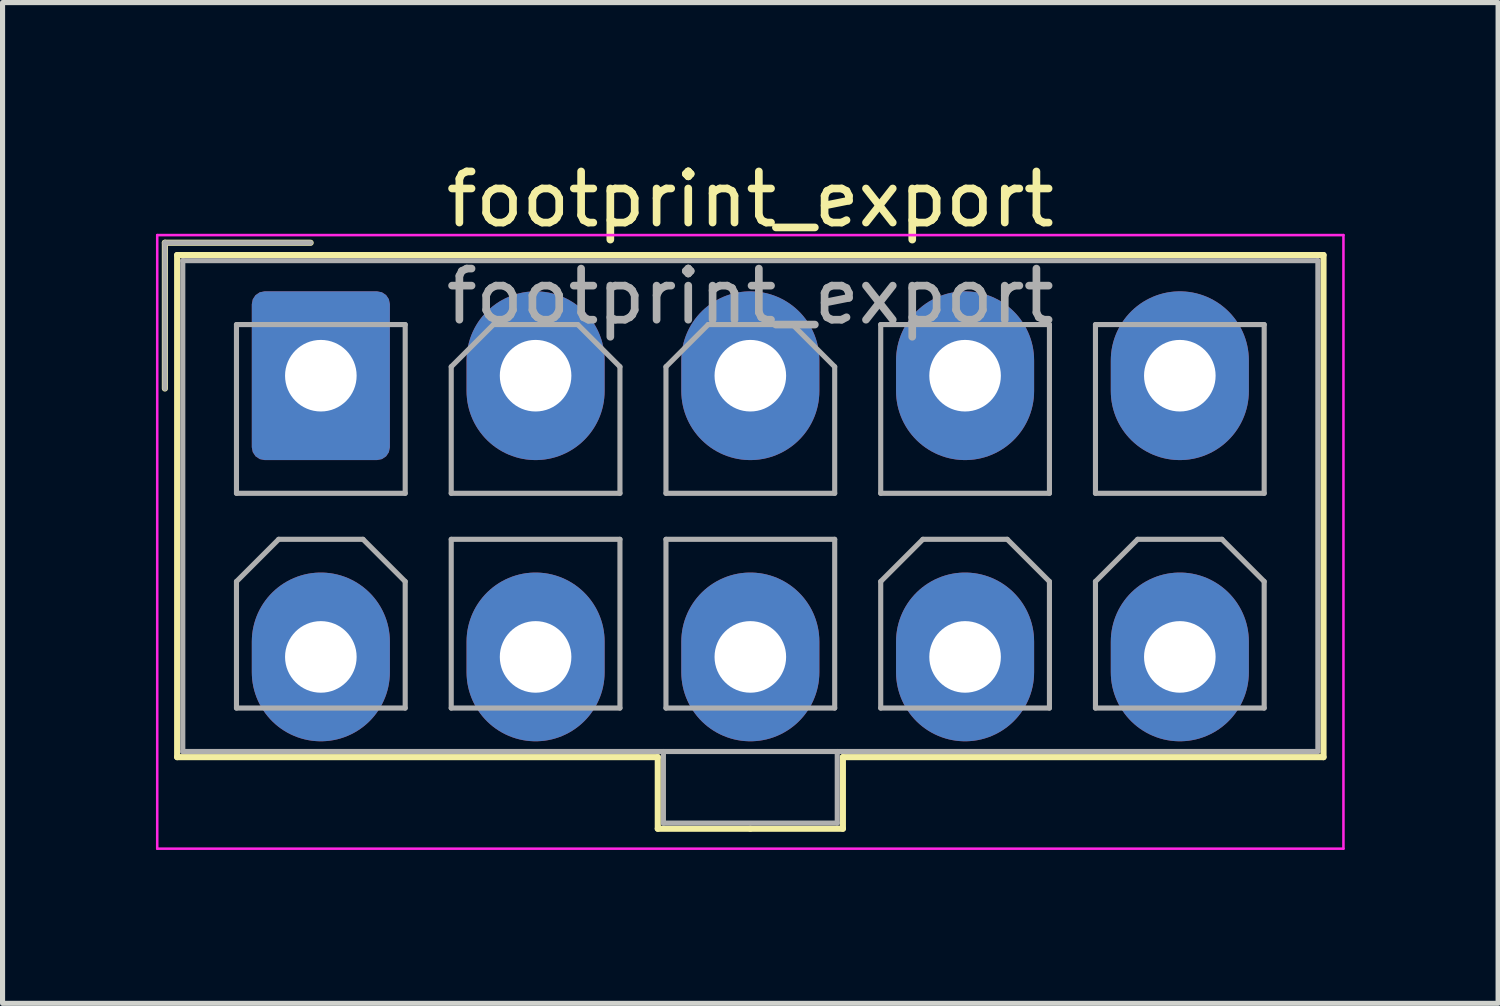
<source format=kicad_pcb>
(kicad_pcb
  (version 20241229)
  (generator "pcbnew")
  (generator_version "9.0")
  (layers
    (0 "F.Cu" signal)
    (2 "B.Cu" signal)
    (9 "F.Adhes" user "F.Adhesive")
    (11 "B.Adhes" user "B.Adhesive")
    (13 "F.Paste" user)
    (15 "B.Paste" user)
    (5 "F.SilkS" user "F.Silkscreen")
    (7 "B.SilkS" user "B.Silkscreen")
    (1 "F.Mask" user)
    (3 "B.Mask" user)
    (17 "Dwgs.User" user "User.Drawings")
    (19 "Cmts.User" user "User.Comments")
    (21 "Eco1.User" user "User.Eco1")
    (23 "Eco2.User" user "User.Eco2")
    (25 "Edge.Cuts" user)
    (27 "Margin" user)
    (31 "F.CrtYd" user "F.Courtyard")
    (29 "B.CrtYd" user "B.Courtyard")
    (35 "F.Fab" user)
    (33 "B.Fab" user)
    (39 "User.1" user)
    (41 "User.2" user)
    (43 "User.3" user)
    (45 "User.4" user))
  (footprint "footprint_export"
    (layer "F.Cu")
    (at 3.225 4.298)
    (property "Reference" "footprint_export" (at 8.4 -3.45 0) (layer "F.SilkS") (effects (font (size 1 1) (thickness 0.15))))
    (attr through_hole)
    (fp_line (start -3.05 -2.6) (end -3.05 0.25) (stroke (width 0.12) (type solid)) (layer "F.SilkS"))
    (fp_line (start -2.81 -2.36) (end -2.81 7.46) (stroke (width 0.12) (type solid)) (layer "F.SilkS"))
    (fp_line (start -2.81 7.46) (end 6.59 7.46) (stroke (width 0.12) (type solid)) (layer "F.SilkS"))
    (fp_line (start -0.2 -2.6) (end -3.05 -2.6) (stroke (width 0.12) (type solid)) (layer "F.SilkS"))
    (fp_line (start 6.59 7.46) (end 6.59 8.86) (stroke (width 0.12) (type solid)) (layer "F.SilkS"))
    (fp_line (start 6.59 8.86) (end 8.4 8.86) (stroke (width 0.12) (type solid)) (layer "F.SilkS"))
    (fp_line (start 8.4 -2.36) (end -2.81 -2.36) (stroke (width 0.12) (type solid)) (layer "F.SilkS"))
    (fp_line (start 8.4 -2.36) (end 19.61 -2.36) (stroke (width 0.12) (type solid)) (layer "F.SilkS"))
    (fp_line (start 10.21 7.46) (end 10.21 8.86) (stroke (width 0.12) (type solid)) (layer "F.SilkS"))
    (fp_line (start 10.21 8.86) (end 8.4 8.86) (stroke (width 0.12) (type solid)) (layer "F.SilkS"))
    (fp_line (start 19.61 -2.36) (end 19.61 7.46) (stroke (width 0.12) (type solid)) (layer "F.SilkS"))
    (fp_line (start 19.61 7.46) (end 10.21 7.46) (stroke (width 0.12) (type solid)) (layer "F.SilkS"))
    (fp_line (start -3.2 -2.75) (end -3.2 9.25) (stroke (width 0.05) (type solid)) (layer "F.CrtYd"))
    (fp_line (start -3.2 9.25) (end 20 9.25) (stroke (width 0.05) (type solid)) (layer "F.CrtYd"))
    (fp_line (start 20 -2.75) (end -3.2 -2.75) (stroke (width 0.05) (type solid)) (layer "F.CrtYd"))
    (fp_line (start 20 9.25) (end 20 -2.75) (stroke (width 0.05) (type solid)) (layer "F.CrtYd"))
    (fp_line (start -3.05 -2.6) (end -3.05 0.25) (stroke (width 0.1) (type solid)) (layer "F.Fab"))
    (fp_line (start -2.7 -2.25) (end -2.7 7.35) (stroke (width 0.1) (type solid)) (layer "F.Fab"))
    (fp_line (start -2.7 7.35) (end 19.5 7.35) (stroke (width 0.1) (type solid)) (layer "F.Fab"))
    (fp_line (start -1.65 -1) (end -1.65 2.3) (stroke (width 0.1) (type solid)) (layer "F.Fab"))
    (fp_line (start -1.65 2.3) (end 1.65 2.3) (stroke (width 0.1) (type solid)) (layer "F.Fab"))
    (fp_line (start -1.65 4.025) (end -0.825 3.2) (stroke (width 0.1) (type solid)) (layer "F.Fab"))
    (fp_line (start -1.65 6.5) (end -1.65 4.025) (stroke (width 0.1) (type solid)) (layer "F.Fab"))
    (fp_line (start -0.825 3.2) (end 0.825 3.2) (stroke (width 0.1) (type solid)) (layer "F.Fab"))
    (fp_line (start -0.2 -2.6) (end -3.05 -2.6) (stroke (width 0.1) (type solid)) (layer "F.Fab"))
    (fp_line (start 0.825 3.2) (end 1.65 4.025) (stroke (width 0.1) (type solid)) (layer "F.Fab"))
    (fp_line (start 1.65 -1) (end -1.65 -1) (stroke (width 0.1) (type solid)) (layer "F.Fab"))
    (fp_line (start 1.65 2.3) (end 1.65 -1) (stroke (width 0.1) (type solid)) (layer "F.Fab"))
    (fp_line (start 1.65 4.025) (end 1.65 6.5) (stroke (width 0.1) (type solid)) (layer "F.Fab"))
    (fp_line (start 1.65 6.5) (end -1.65 6.5) (stroke (width 0.1) (type solid)) (layer "F.Fab"))
    (fp_line (start 2.55 -0.175) (end 3.375 -1) (stroke (width 0.1) (type solid)) (layer "F.Fab"))
    (fp_line (start 2.55 2.3) (end 2.55 -0.175) (stroke (width 0.1) (type solid)) (layer "F.Fab"))
    (fp_line (start 2.55 3.2) (end 2.55 6.5) (stroke (width 0.1) (type solid)) (layer "F.Fab"))
    (fp_line (start 2.55 6.5) (end 5.85 6.5) (stroke (width 0.1) (type solid)) (layer "F.Fab"))
    (fp_line (start 3.375 -1) (end 5.025 -1) (stroke (width 0.1) (type solid)) (layer "F.Fab"))
    (fp_line (start 5.025 -1) (end 5.85 -0.175) (stroke (width 0.1) (type solid)) (layer "F.Fab"))
    (fp_line (start 5.85 -0.175) (end 5.85 2.3) (stroke (width 0.1) (type solid)) (layer "F.Fab"))
    (fp_line (start 5.85 2.3) (end 2.55 2.3) (stroke (width 0.1) (type solid)) (layer "F.Fab"))
    (fp_line (start 5.85 3.2) (end 2.55 3.2) (stroke (width 0.1) (type solid)) (layer "F.Fab"))
    (fp_line (start 5.85 6.5) (end 5.85 3.2) (stroke (width 0.1) (type solid)) (layer "F.Fab"))
    (fp_line (start 6.7 7.35) (end 6.7 8.75) (stroke (width 0.1) (type solid)) (layer "F.Fab"))
    (fp_line (start 6.7 8.75) (end 10.1 8.75) (stroke (width 0.1) (type solid)) (layer "F.Fab"))
    (fp_line (start 6.75 -0.175) (end 7.575 -1) (stroke (width 0.1) (type solid)) (layer "F.Fab"))
    (fp_line (start 6.75 2.3) (end 6.75 -0.175) (stroke (width 0.1) (type solid)) (layer "F.Fab"))
    (fp_line (start 6.75 3.2) (end 6.75 6.5) (stroke (width 0.1) (type solid)) (layer "F.Fab"))
    (fp_line (start 6.75 6.5) (end 10.05 6.5) (stroke (width 0.1) (type solid)) (layer "F.Fab"))
    (fp_line (start 7.575 -1) (end 9.225 -1) (stroke (width 0.1) (type solid)) (layer "F.Fab"))
    (fp_line (start 9.225 -1) (end 10.05 -0.175) (stroke (width 0.1) (type solid)) (layer "F.Fab"))
    (fp_line (start 10.05 -0.175) (end 10.05 2.3) (stroke (width 0.1) (type solid)) (layer "F.Fab"))
    (fp_line (start 10.05 2.3) (end 6.75 2.3) (stroke (width 0.1) (type solid)) (layer "F.Fab"))
    (fp_line (start 10.05 3.2) (end 6.75 3.2) (stroke (width 0.1) (type solid)) (layer "F.Fab"))
    (fp_line (start 10.05 6.5) (end 10.05 3.2) (stroke (width 0.1) (type solid)) (layer "F.Fab"))
    (fp_line (start 10.1 8.75) (end 10.1 7.35) (stroke (width 0.1) (type solid)) (layer "F.Fab"))
    (fp_line (start 10.95 -1) (end 10.95 2.3) (stroke (width 0.1) (type solid)) (layer "F.Fab"))
    (fp_line (start 10.95 2.3) (end 14.25 2.3) (stroke (width 0.1) (type solid)) (layer "F.Fab"))
    (fp_line (start 10.95 4.025) (end 11.775 3.2) (stroke (width 0.1) (type solid)) (layer "F.Fab"))
    (fp_line (start 10.95 6.5) (end 10.95 4.025) (stroke (width 0.1) (type solid)) (layer "F.Fab"))
    (fp_line (start 11.775 3.2) (end 13.425 3.2) (stroke (width 0.1) (type solid)) (layer "F.Fab"))
    (fp_line (start 13.425 3.2) (end 14.25 4.025) (stroke (width 0.1) (type solid)) (layer "F.Fab"))
    (fp_line (start 14.25 -1) (end 10.95 -1) (stroke (width 0.1) (type solid)) (layer "F.Fab"))
    (fp_line (start 14.25 2.3) (end 14.25 -1) (stroke (width 0.1) (type solid)) (layer "F.Fab"))
    (fp_line (start 14.25 4.025) (end 14.25 6.5) (stroke (width 0.1) (type solid)) (layer "F.Fab"))
    (fp_line (start 14.25 6.5) (end 10.95 6.5) (stroke (width 0.1) (type solid)) (layer "F.Fab"))
    (fp_line (start 15.15 -1) (end 15.15 2.3) (stroke (width 0.1) (type solid)) (layer "F.Fab"))
    (fp_line (start 15.15 2.3) (end 18.45 2.3) (stroke (width 0.1) (type solid)) (layer "F.Fab"))
    (fp_line (start 15.15 4.025) (end 15.975 3.2) (stroke (width 0.1) (type solid)) (layer "F.Fab"))
    (fp_line (start 15.15 6.5) (end 15.15 4.025) (stroke (width 0.1) (type solid)) (layer "F.Fab"))
    (fp_line (start 15.975 3.2) (end 17.625 3.2) (stroke (width 0.1) (type solid)) (layer "F.Fab"))
    (fp_line (start 17.625 3.2) (end 18.45 4.025) (stroke (width 0.1) (type solid)) (layer "F.Fab"))
    (fp_line (start 18.45 -1) (end 15.15 -1) (stroke (width 0.1) (type solid)) (layer "F.Fab"))
    (fp_line (start 18.45 2.3) (end 18.45 -1) (stroke (width 0.1) (type solid)) (layer "F.Fab"))
    (fp_line (start 18.45 4.025) (end 18.45 6.5) (stroke (width 0.1) (type solid)) (layer "F.Fab"))
    (fp_line (start 18.45 6.5) (end 15.15 6.5) (stroke (width 0.1) (type solid)) (layer "F.Fab"))
    (fp_line (start 19.5 -2.25) (end -2.7 -2.25) (stroke (width 0.1) (type solid)) (layer "F.Fab"))
    (fp_line (start 19.5 7.35) (end 19.5 -2.25) (stroke (width 0.1) (type solid)) (layer "F.Fab"))
    (fp_text user "${REFERENCE}" (at 8.4 -1.55 0) (layer "F.Fab") (effects (font (size 1 1) (thickness 0.15))))
    (pad "1" thru_hole roundrect (at 0 0) (size 2.7 3.3) (drill 1.4) (layers "*.Cu" "*.Mask") (roundrect_rratio 0.093))
    (pad "2" thru_hole oval (at 4.2 0) (size 2.7 3.3) (drill 1.4) (layers "*.Cu" "*.Mask"))
    (pad "3" thru_hole oval (at 8.4 0) (size 2.7 3.3) (drill 1.4) (layers "*.Cu" "*.Mask"))
    (pad "4" thru_hole oval (at 12.6 0) (size 2.7 3.3) (drill 1.4) (layers "*.Cu" "*.Mask"))
    (pad "5" thru_hole oval (at 16.8 0) (size 2.7 3.3) (drill 1.4) (layers "*.Cu" "*.Mask"))
    (pad "6" thru_hole oval (at 0 5.5) (size 2.7 3.3) (drill 1.4) (layers "*.Cu" "*.Mask"))
    (pad "7" thru_hole oval (at 4.2 5.5) (size 2.7 3.3) (drill 1.4) (layers "*.Cu" "*.Mask"))
    (pad "8" thru_hole oval (at 8.4 5.5) (size 2.7 3.3) (drill 1.4) (layers "*.Cu" "*.Mask"))
    (pad "9" thru_hole oval (at 12.6 5.5) (size 2.7 3.3) (drill 1.4) (layers "*.Cu" "*.Mask"))
    (pad "10" thru_hole oval (at 16.8 5.5) (size 2.7 3.3) (drill 1.4) (layers "*.Cu" "*.Mask")))
  (gr_rect
    (start -3 -3)
    (end 26.25 16.573)
    (stroke (width 0.1) (type default))
    (fill no)
    (layer "Edge.Cuts")))
</source>
